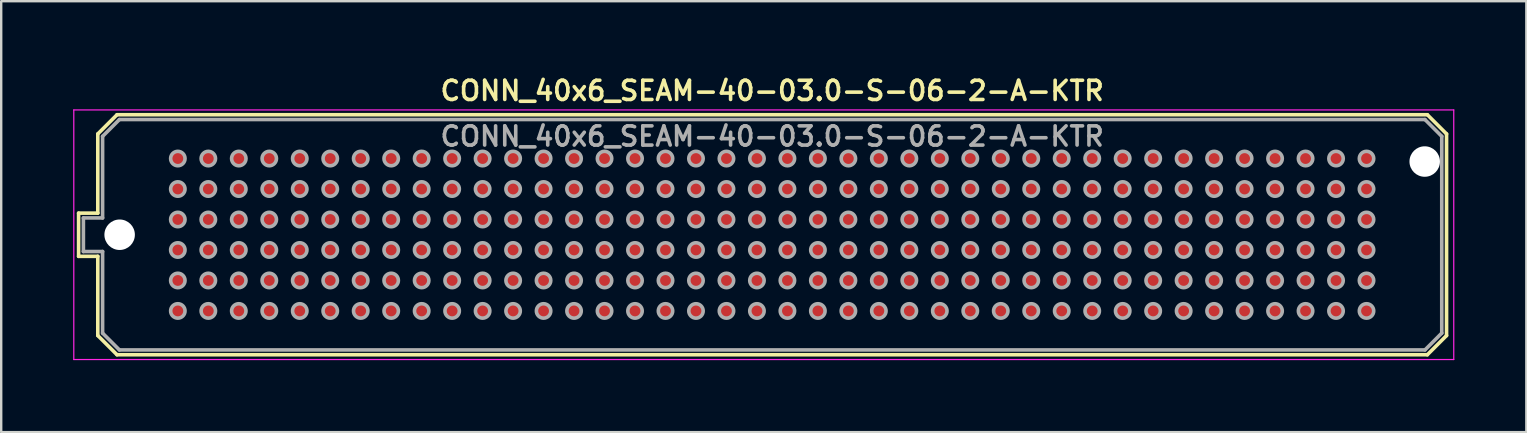
<source format=kicad_pcb>
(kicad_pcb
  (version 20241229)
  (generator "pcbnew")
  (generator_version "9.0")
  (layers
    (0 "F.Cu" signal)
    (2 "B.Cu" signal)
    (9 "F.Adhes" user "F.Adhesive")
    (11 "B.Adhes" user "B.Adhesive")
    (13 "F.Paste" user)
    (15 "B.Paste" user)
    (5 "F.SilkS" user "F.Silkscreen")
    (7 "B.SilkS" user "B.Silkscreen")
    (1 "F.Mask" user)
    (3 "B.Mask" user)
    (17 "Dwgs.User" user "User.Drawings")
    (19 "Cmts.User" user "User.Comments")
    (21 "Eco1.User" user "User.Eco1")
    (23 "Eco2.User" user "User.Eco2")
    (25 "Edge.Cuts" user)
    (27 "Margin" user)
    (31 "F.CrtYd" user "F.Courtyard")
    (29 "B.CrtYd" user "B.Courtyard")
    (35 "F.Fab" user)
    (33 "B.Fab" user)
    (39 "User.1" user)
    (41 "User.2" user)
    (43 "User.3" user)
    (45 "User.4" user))
  (footprint "CONN_40x6_SEAM-40-03.0-S-06-2-A-KTR"
    (layer "F.Cu")
    (at 29.125 6.731)
    (property "Reference" "CONN_40x6_SEAM-40-03.0-S-06-2-A-KTR" (at 0 -6 0) (layer "F.SilkS") (effects (font (size 0.8 0.8) (thickness 0.15))))
    (attr through_hole)
    (fp_line (start -28.9 -0.9) (end -28.9 0.9) (stroke (width 0.15) (type solid)) (layer "F.SilkS"))
    (fp_line (start -28.9 0.9) (end -28.1 0.9) (stroke (width 0.15) (type solid)) (layer "F.SilkS"))
    (fp_line (start -28.1 -4.2) (end -28.1 -0.9) (stroke (width 0.15) (type solid)) (layer "F.SilkS"))
    (fp_line (start -28.1 -4.2) (end -27.3 -5) (stroke (width 0.15) (type solid)) (layer "F.SilkS"))
    (fp_line (start -28.1 -0.9) (end -28.9 -0.9) (stroke (width 0.15) (type solid)) (layer "F.SilkS"))
    (fp_line (start -28.1 0.9) (end -28.1 4.2) (stroke (width 0.15) (type solid)) (layer "F.SilkS"))
    (fp_line (start -28.1 4.2) (end -27.3 5) (stroke (width 0.15) (type solid)) (layer "F.SilkS"))
    (fp_line (start -27.3 -5) (end 27.3 -5) (stroke (width 0.15) (type solid)) (layer "F.SilkS"))
    (fp_line (start -27.3 5) (end 27.3 5) (stroke (width 0.15) (type solid)) (layer "F.SilkS"))
    (fp_line (start 27.3 -5) (end 28.1 -4.2) (stroke (width 0.15) (type solid)) (layer "F.SilkS"))
    (fp_line (start 27.3 5) (end 28.1 4.2) (stroke (width 0.15) (type solid)) (layer "F.SilkS"))
    (fp_line (start 28.1 4.2) (end 28.1 -4.2) (stroke (width 0.15) (type solid)) (layer "F.SilkS"))
    (fp_line (start -29.1 -5.2) (end -29.1 5.2) (stroke (width 0.05) (type solid)) (layer "F.CrtYd"))
    (fp_line (start -29.1 -5.2) (end 28.4 -5.2) (stroke (width 0.05) (type solid)) (layer "F.CrtYd"))
    (fp_line (start -29.1 5.2) (end 28.4 5.2) (stroke (width 0.05) (type solid)) (layer "F.CrtYd"))
    (fp_line (start 28.4 -5.2) (end 28.4 5.2) (stroke (width 0.05) (type solid)) (layer "F.CrtYd"))
    (fp_line (start -28.7 -0.7) (end -27.9 -0.7) (stroke (width 0.15) (type solid)) (layer "F.Fab"))
    (fp_line (start -28.7 0.7) (end -28.7 -0.7) (stroke (width 0.15) (type solid)) (layer "F.Fab"))
    (fp_line (start -27.9 -4.1) (end -27.2 -4.8) (stroke (width 0.15) (type solid)) (layer "F.Fab"))
    (fp_line (start -27.9 -0.7) (end -27.9 -4.1) (stroke (width 0.15) (type solid)) (layer "F.Fab"))
    (fp_line (start -27.9 0.7) (end -28.7 0.7) (stroke (width 0.15) (type solid)) (layer "F.Fab"))
    (fp_line (start -27.9 4.1) (end -27.9 0.7) (stroke (width 0.15) (type solid)) (layer "F.Fab"))
    (fp_line (start -27.2 -4.8) (end 27.2 -4.8) (stroke (width 0.15) (type solid)) (layer "F.Fab"))
    (fp_line (start -27.2 4.8) (end -27.9 4.1) (stroke (width 0.15) (type solid)) (layer "F.Fab"))
    (fp_line (start 27.2 -4.8) (end 27.9 -4.1) (stroke (width 0.15) (type solid)) (layer "F.Fab"))
    (fp_line (start 27.2 4.8) (end -27.2 4.8) (stroke (width 0.15) (type solid)) (layer "F.Fab"))
    (fp_line (start 27.9 -4.1) (end 27.9 4.1) (stroke (width 0.15) (type solid)) (layer "F.Fab"))
    (fp_line (start 27.9 4.1) (end 27.2 4.8) (stroke (width 0.15) (type solid)) (layer "F.Fab"))
    (fp_circle (center -24.765 -3.175) (end -24.465 -3.175) (stroke (width 0.15) (type solid)) (fill no) (layer "F.Fab"))
    (fp_circle (center -24.765 -1.905) (end -24.465 -1.905) (stroke (width 0.15) (type solid)) (fill no) (layer "F.Fab"))
    (fp_circle (center -24.765 -0.635) (end -24.465 -0.635) (stroke (width 0.15) (type solid)) (fill no) (layer "F.Fab"))
    (fp_circle (center -24.765 0.635) (end -24.465 0.635) (stroke (width 0.15) (type solid)) (fill no) (layer "F.Fab"))
    (fp_circle (center -24.765 1.905) (end -24.465 1.905) (stroke (width 0.15) (type solid)) (fill no) (layer "F.Fab"))
    (fp_circle (center -24.765 3.175) (end -24.465 3.175) (stroke (width 0.15) (type solid)) (fill no) (layer "F.Fab"))
    (fp_circle (center -23.495 -3.175) (end -23.195 -3.175) (stroke (width 0.15) (type solid)) (fill no) (layer "F.Fab"))
    (fp_circle (center -23.495 -1.905) (end -23.195 -1.905) (stroke (width 0.15) (type solid)) (fill no) (layer "F.Fab"))
    (fp_circle (center -23.495 -0.635) (end -23.195 -0.635) (stroke (width 0.15) (type solid)) (fill no) (layer "F.Fab"))
    (fp_circle (center -23.495 0.635) (end -23.195 0.635) (stroke (width 0.15) (type solid)) (fill no) (layer "F.Fab"))
    (fp_circle (center -23.495 1.905) (end -23.195 1.905) (stroke (width 0.15) (type solid)) (fill no) (layer "F.Fab"))
    (fp_circle (center -23.495 3.175) (end -23.195 3.175) (stroke (width 0.15) (type solid)) (fill no) (layer "F.Fab"))
    (fp_circle (center -22.225 -3.175) (end -21.925 -3.175) (stroke (width 0.15) (type solid)) (fill no) (layer "F.Fab"))
    (fp_circle (center -22.225 -1.905) (end -21.925 -1.905) (stroke (width 0.15) (type solid)) (fill no) (layer "F.Fab"))
    (fp_circle (center -22.225 -0.635) (end -21.925 -0.635) (stroke (width 0.15) (type solid)) (fill no) (layer "F.Fab"))
    (fp_circle (center -22.225 0.635) (end -21.925 0.635) (stroke (width 0.15) (type solid)) (fill no) (layer "F.Fab"))
    (fp_circle (center -22.225 1.905) (end -21.925 1.905) (stroke (width 0.15) (type solid)) (fill no) (layer "F.Fab"))
    (fp_circle (center -22.225 3.175) (end -21.925 3.175) (stroke (width 0.15) (type solid)) (fill no) (layer "F.Fab"))
    (fp_circle (center -20.955 -3.175) (end -20.655 -3.175) (stroke (width 0.15) (type solid)) (fill no) (layer "F.Fab"))
    (fp_circle (center -20.955 -1.905) (end -20.655 -1.905) (stroke (width 0.15) (type solid)) (fill no) (layer "F.Fab"))
    (fp_circle (center -20.955 -0.635) (end -20.655 -0.635) (stroke (width 0.15) (type solid)) (fill no) (layer "F.Fab"))
    (fp_circle (center -20.955 0.635) (end -20.655 0.635) (stroke (width 0.15) (type solid)) (fill no) (layer "F.Fab"))
    (fp_circle (center -20.955 1.905) (end -20.655 1.905) (stroke (width 0.15) (type solid)) (fill no) (layer "F.Fab"))
    (fp_circle (center -20.955 3.175) (end -20.655 3.175) (stroke (width 0.15) (type solid)) (fill no) (layer "F.Fab"))
    (fp_circle (center -19.685 -3.175) (end -19.385 -3.175) (stroke (width 0.15) (type solid)) (fill no) (layer "F.Fab"))
    (fp_circle (center -19.685 -1.905) (end -19.385 -1.905) (stroke (width 0.15) (type solid)) (fill no) (layer "F.Fab"))
    (fp_circle (center -19.685 -0.635) (end -19.385 -0.635) (stroke (width 0.15) (type solid)) (fill no) (layer "F.Fab"))
    (fp_circle (center -19.685 0.635) (end -19.385 0.635) (stroke (width 0.15) (type solid)) (fill no) (layer "F.Fab"))
    (fp_circle (center -19.685 1.905) (end -19.385 1.905) (stroke (width 0.15) (type solid)) (fill no) (layer "F.Fab"))
    (fp_circle (center -19.685 3.175) (end -19.385 3.175) (stroke (width 0.15) (type solid)) (fill no) (layer "F.Fab"))
    (fp_circle (center -18.415 -3.175) (end -18.115 -3.175) (stroke (width 0.15) (type solid)) (fill no) (layer "F.Fab"))
    (fp_circle (center -18.415 -1.905) (end -18.115 -1.905) (stroke (width 0.15) (type solid)) (fill no) (layer "F.Fab"))
    (fp_circle (center -18.415 -0.635) (end -18.115 -0.635) (stroke (width 0.15) (type solid)) (fill no) (layer "F.Fab"))
    (fp_circle (center -18.415 0.635) (end -18.115 0.635) (stroke (width 0.15) (type solid)) (fill no) (layer "F.Fab"))
    (fp_circle (center -18.415 1.905) (end -18.115 1.905) (stroke (width 0.15) (type solid)) (fill no) (layer "F.Fab"))
    (fp_circle (center -18.415 3.175) (end -18.115 3.175) (stroke (width 0.15) (type solid)) (fill no) (layer "F.Fab"))
    (fp_circle (center -17.145 -3.175) (end -16.845 -3.175) (stroke (width 0.15) (type solid)) (fill no) (layer "F.Fab"))
    (fp_circle (center -17.145 -1.905) (end -16.845 -1.905) (stroke (width 0.15) (type solid)) (fill no) (layer "F.Fab"))
    (fp_circle (center -17.145 -0.635) (end -16.845 -0.635) (stroke (width 0.15) (type solid)) (fill no) (layer "F.Fab"))
    (fp_circle (center -17.145 0.635) (end -16.845 0.635) (stroke (width 0.15) (type solid)) (fill no) (layer "F.Fab"))
    (fp_circle (center -17.145 1.905) (end -16.845 1.905) (stroke (width 0.15) (type solid)) (fill no) (layer "F.Fab"))
    (fp_circle (center -17.145 3.175) (end -16.845 3.175) (stroke (width 0.15) (type solid)) (fill no) (layer "F.Fab"))
    (fp_circle (center -15.875 -3.175) (end -15.575 -3.175) (stroke (width 0.15) (type solid)) (fill no) (layer "F.Fab"))
    (fp_circle (center -15.875 -1.905) (end -15.575 -1.905) (stroke (width 0.15) (type solid)) (fill no) (layer "F.Fab"))
    (fp_circle (center -15.875 -0.635) (end -15.575 -0.635) (stroke (width 0.15) (type solid)) (fill no) (layer "F.Fab"))
    (fp_circle (center -15.875 0.635) (end -15.575 0.635) (stroke (width 0.15) (type solid)) (fill no) (layer "F.Fab"))
    (fp_circle (center -15.875 1.905) (end -15.575 1.905) (stroke (width 0.15) (type solid)) (fill no) (layer "F.Fab"))
    (fp_circle (center -15.875 3.175) (end -15.575 3.175) (stroke (width 0.15) (type solid)) (fill no) (layer "F.Fab"))
    (fp_circle (center -14.605 -3.175) (end -14.305 -3.175) (stroke (width 0.15) (type solid)) (fill no) (layer "F.Fab"))
    (fp_circle (center -14.605 -1.905) (end -14.305 -1.905) (stroke (width 0.15) (type solid)) (fill no) (layer "F.Fab"))
    (fp_circle (center -14.605 -0.635) (end -14.305 -0.635) (stroke (width 0.15) (type solid)) (fill no) (layer "F.Fab"))
    (fp_circle (center -14.605 0.635) (end -14.305 0.635) (stroke (width 0.15) (type solid)) (fill no) (layer "F.Fab"))
    (fp_circle (center -14.605 1.905) (end -14.305 1.905) (stroke (width 0.15) (type solid)) (fill no) (layer "F.Fab"))
    (fp_circle (center -14.605 3.175) (end -14.305 3.175) (stroke (width 0.15) (type solid)) (fill no) (layer "F.Fab"))
    (fp_circle (center -13.335 -3.175) (end -13.035 -3.175) (stroke (width 0.15) (type solid)) (fill no) (layer "F.Fab"))
    (fp_circle (center -13.335 -1.905) (end -13.035 -1.905) (stroke (width 0.15) (type solid)) (fill no) (layer "F.Fab"))
    (fp_circle (center -13.335 -0.635) (end -13.035 -0.635) (stroke (width 0.15) (type solid)) (fill no) (layer "F.Fab"))
    (fp_circle (center -13.335 0.635) (end -13.035 0.635) (stroke (width 0.15) (type solid)) (fill no) (layer "F.Fab"))
    (fp_circle (center -13.335 1.905) (end -13.035 1.905) (stroke (width 0.15) (type solid)) (fill no) (layer "F.Fab"))
    (fp_circle (center -13.335 3.175) (end -13.035 3.175) (stroke (width 0.15) (type solid)) (fill no) (layer "F.Fab"))
    (fp_circle (center -12.065 -3.175) (end -11.765 -3.175) (stroke (width 0.15) (type solid)) (fill no) (layer "F.Fab"))
    (fp_circle (center -12.065 -1.905) (end -11.765 -1.905) (stroke (width 0.15) (type solid)) (fill no) (layer "F.Fab"))
    (fp_circle (center -12.065 -0.635) (end -11.765 -0.635) (stroke (width 0.15) (type solid)) (fill no) (layer "F.Fab"))
    (fp_circle (center -12.065 0.635) (end -11.765 0.635) (stroke (width 0.15) (type solid)) (fill no) (layer "F.Fab"))
    (fp_circle (center -12.065 1.905) (end -11.765 1.905) (stroke (width 0.15) (type solid)) (fill no) (layer "F.Fab"))
    (fp_circle (center -12.065 3.175) (end -11.765 3.175) (stroke (width 0.15) (type solid)) (fill no) (layer "F.Fab"))
    (fp_circle (center -10.795 -3.175) (end -10.495 -3.175) (stroke (width 0.15) (type solid)) (fill no) (layer "F.Fab"))
    (fp_circle (center -10.795 -1.905) (end -10.495 -1.905) (stroke (width 0.15) (type solid)) (fill no) (layer "F.Fab"))
    (fp_circle (center -10.795 -0.635) (end -10.495 -0.635) (stroke (width 0.15) (type solid)) (fill no) (layer "F.Fab"))
    (fp_circle (center -10.795 0.635) (end -10.495 0.635) (stroke (width 0.15) (type solid)) (fill no) (layer "F.Fab"))
    (fp_circle (center -10.795 1.905) (end -10.495 1.905) (stroke (width 0.15) (type solid)) (fill no) (layer "F.Fab"))
    (fp_circle (center -10.795 3.175) (end -10.495 3.175) (stroke (width 0.15) (type solid)) (fill no) (layer "F.Fab"))
    (fp_circle (center -9.525 -3.175) (end -9.225 -3.175) (stroke (width 0.15) (type solid)) (fill no) (layer "F.Fab"))
    (fp_circle (center -9.525 -1.905) (end -9.225 -1.905) (stroke (width 0.15) (type solid)) (fill no) (layer "F.Fab"))
    (fp_circle (center -9.525 -0.635) (end -9.225 -0.635) (stroke (width 0.15) (type solid)) (fill no) (layer "F.Fab"))
    (fp_circle (center -9.525 0.635) (end -9.225 0.635) (stroke (width 0.15) (type solid)) (fill no) (layer "F.Fab"))
    (fp_circle (center -9.525 1.905) (end -9.225 1.905) (stroke (width 0.15) (type solid)) (fill no) (layer "F.Fab"))
    (fp_circle (center -9.525 3.175) (end -9.225 3.175) (stroke (width 0.15) (type solid)) (fill no) (layer "F.Fab"))
    (fp_circle (center -8.255 -3.175) (end -7.955 -3.175) (stroke (width 0.15) (type solid)) (fill no) (layer "F.Fab"))
    (fp_circle (center -8.255 -1.905) (end -7.955 -1.905) (stroke (width 0.15) (type solid)) (fill no) (layer "F.Fab"))
    (fp_circle (center -8.255 -0.635) (end -7.955 -0.635) (stroke (width 0.15) (type solid)) (fill no) (layer "F.Fab"))
    (fp_circle (center -8.255 0.635) (end -7.955 0.635) (stroke (width 0.15) (type solid)) (fill no) (layer "F.Fab"))
    (fp_circle (center -8.255 1.905) (end -7.955 1.905) (stroke (width 0.15) (type solid)) (fill no) (layer "F.Fab"))
    (fp_circle (center -8.255 3.175) (end -7.955 3.175) (stroke (width 0.15) (type solid)) (fill no) (layer "F.Fab"))
    (fp_circle (center -6.985 -3.175) (end -6.685 -3.175) (stroke (width 0.15) (type solid)) (fill no) (layer "F.Fab"))
    (fp_circle (center -6.985 -1.905) (end -6.685 -1.905) (stroke (width 0.15) (type solid)) (fill no) (layer "F.Fab"))
    (fp_circle (center -6.985 -0.635) (end -6.685 -0.635) (stroke (width 0.15) (type solid)) (fill no) (layer "F.Fab"))
    (fp_circle (center -6.985 0.635) (end -6.685 0.635) (stroke (width 0.15) (type solid)) (fill no) (layer "F.Fab"))
    (fp_circle (center -6.985 1.905) (end -6.685 1.905) (stroke (width 0.15) (type solid)) (fill no) (layer "F.Fab"))
    (fp_circle (center -6.985 3.175) (end -6.685 3.175) (stroke (width 0.15) (type solid)) (fill no) (layer "F.Fab"))
    (fp_circle (center -5.715 -3.175) (end -5.415 -3.175) (stroke (width 0.15) (type solid)) (fill no) (layer "F.Fab"))
    (fp_circle (center -5.715 -1.905) (end -5.415 -1.905) (stroke (width 0.15) (type solid)) (fill no) (layer "F.Fab"))
    (fp_circle (center -5.715 -0.635) (end -5.415 -0.635) (stroke (width 0.15) (type solid)) (fill no) (layer "F.Fab"))
    (fp_circle (center -5.715 0.635) (end -5.415 0.635) (stroke (width 0.15) (type solid)) (fill no) (layer "F.Fab"))
    (fp_circle (center -5.715 1.905) (end -5.415 1.905) (stroke (width 0.15) (type solid)) (fill no) (layer "F.Fab"))
    (fp_circle (center -5.715 3.175) (end -5.415 3.175) (stroke (width 0.15) (type solid)) (fill no) (layer "F.Fab"))
    (fp_circle (center -4.445 -3.175) (end -4.145 -3.175) (stroke (width 0.15) (type solid)) (fill no) (layer "F.Fab"))
    (fp_circle (center -4.445 -1.905) (end -4.145 -1.905) (stroke (width 0.15) (type solid)) (fill no) (layer "F.Fab"))
    (fp_circle (center -4.445 -0.635) (end -4.145 -0.635) (stroke (width 0.15) (type solid)) (fill no) (layer "F.Fab"))
    (fp_circle (center -4.445 0.635) (end -4.145 0.635) (stroke (width 0.15) (type solid)) (fill no) (layer "F.Fab"))
    (fp_circle (center -4.445 1.905) (end -4.145 1.905) (stroke (width 0.15) (type solid)) (fill no) (layer "F.Fab"))
    (fp_circle (center -4.445 3.175) (end -4.145 3.175) (stroke (width 0.15) (type solid)) (fill no) (layer "F.Fab"))
    (fp_circle (center -3.175 -3.175) (end -2.875 -3.175) (stroke (width 0.15) (type solid)) (fill no) (layer "F.Fab"))
    (fp_circle (center -3.175 -1.905) (end -2.875 -1.905) (stroke (width 0.15) (type solid)) (fill no) (layer "F.Fab"))
    (fp_circle (center -3.175 -0.635) (end -2.875 -0.635) (stroke (width 0.15) (type solid)) (fill no) (layer "F.Fab"))
    (fp_circle (center -3.175 0.635) (end -2.875 0.635) (stroke (width 0.15) (type solid)) (fill no) (layer "F.Fab"))
    (fp_circle (center -3.175 1.905) (end -2.875 1.905) (stroke (width 0.15) (type solid)) (fill no) (layer "F.Fab"))
    (fp_circle (center -3.175 3.175) (end -2.875 3.175) (stroke (width 0.15) (type solid)) (fill no) (layer "F.Fab"))
    (fp_circle (center -1.905 -3.175) (end -1.605 -3.175) (stroke (width 0.15) (type solid)) (fill no) (layer "F.Fab"))
    (fp_circle (center -1.905 -1.905) (end -1.605 -1.905) (stroke (width 0.15) (type solid)) (fill no) (layer "F.Fab"))
    (fp_circle (center -1.905 -0.635) (end -1.605 -0.635) (stroke (width 0.15) (type solid)) (fill no) (layer "F.Fab"))
    (fp_circle (center -1.905 0.635) (end -1.605 0.635) (stroke (width 0.15) (type solid)) (fill no) (layer "F.Fab"))
    (fp_circle (center -1.905 1.905) (end -1.605 1.905) (stroke (width 0.15) (type solid)) (fill no) (layer "F.Fab"))
    (fp_circle (center -1.905 3.175) (end -1.605 3.175) (stroke (width 0.15) (type solid)) (fill no) (layer "F.Fab"))
    (fp_circle (center -0.635 -3.175) (end -0.335 -3.175) (stroke (width 0.15) (type solid)) (fill no) (layer "F.Fab"))
    (fp_circle (center -0.635 -1.905) (end -0.335 -1.905) (stroke (width 0.15) (type solid)) (fill no) (layer "F.Fab"))
    (fp_circle (center -0.635 -0.635) (end -0.335 -0.635) (stroke (width 0.15) (type solid)) (fill no) (layer "F.Fab"))
    (fp_circle (center -0.635 0.635) (end -0.335 0.635) (stroke (width 0.15) (type solid)) (fill no) (layer "F.Fab"))
    (fp_circle (center -0.635 1.905) (end -0.335 1.905) (stroke (width 0.15) (type solid)) (fill no) (layer "F.Fab"))
    (fp_circle (center -0.635 3.175) (end -0.335 3.175) (stroke (width 0.15) (type solid)) (fill no) (layer "F.Fab"))
    (fp_circle (center 0.635 -3.175) (end 0.935 -3.175) (stroke (width 0.15) (type solid)) (fill no) (layer "F.Fab"))
    (fp_circle (center 0.635 -1.905) (end 0.935 -1.905) (stroke (width 0.15) (type solid)) (fill no) (layer "F.Fab"))
    (fp_circle (center 0.635 -0.635) (end 0.935 -0.635) (stroke (width 0.15) (type solid)) (fill no) (layer "F.Fab"))
    (fp_circle (center 0.635 0.635) (end 0.935 0.635) (stroke (width 0.15) (type solid)) (fill no) (layer "F.Fab"))
    (fp_circle (center 0.635 1.905) (end 0.935 1.905) (stroke (width 0.15) (type solid)) (fill no) (layer "F.Fab"))
    (fp_circle (center 0.635 3.175) (end 0.935 3.175) (stroke (width 0.15) (type solid)) (fill no) (layer "F.Fab"))
    (fp_circle (center 1.905 -3.175) (end 2.205 -3.175) (stroke (width 0.15) (type solid)) (fill no) (layer "F.Fab"))
    (fp_circle (center 1.905 -1.905) (end 2.205 -1.905) (stroke (width 0.15) (type solid)) (fill no) (layer "F.Fab"))
    (fp_circle (center 1.905 -0.635) (end 2.205 -0.635) (stroke (width 0.15) (type solid)) (fill no) (layer "F.Fab"))
    (fp_circle (center 1.905 0.635) (end 2.205 0.635) (stroke (width 0.15) (type solid)) (fill no) (layer "F.Fab"))
    (fp_circle (center 1.905 1.905) (end 2.205 1.905) (stroke (width 0.15) (type solid)) (fill no) (layer "F.Fab"))
    (fp_circle (center 1.905 3.175) (end 2.205 3.175) (stroke (width 0.15) (type solid)) (fill no) (layer "F.Fab"))
    (fp_circle (center 3.175 -3.175) (end 3.475 -3.175) (stroke (width 0.15) (type solid)) (fill no) (layer "F.Fab"))
    (fp_circle (center 3.175 -1.905) (end 3.475 -1.905) (stroke (width 0.15) (type solid)) (fill no) (layer "F.Fab"))
    (fp_circle (center 3.175 -0.635) (end 3.475 -0.635) (stroke (width 0.15) (type solid)) (fill no) (layer "F.Fab"))
    (fp_circle (center 3.175 0.635) (end 3.475 0.635) (stroke (width 0.15) (type solid)) (fill no) (layer "F.Fab"))
    (fp_circle (center 3.175 1.905) (end 3.475 1.905) (stroke (width 0.15) (type solid)) (fill no) (layer "F.Fab"))
    (fp_circle (center 3.175 3.175) (end 3.475 3.175) (stroke (width 0.15) (type solid)) (fill no) (layer "F.Fab"))
    (fp_circle (center 4.445 -3.175) (end 4.745 -3.175) (stroke (width 0.15) (type solid)) (fill no) (layer "F.Fab"))
    (fp_circle (center 4.445 -1.905) (end 4.745 -1.905) (stroke (width 0.15) (type solid)) (fill no) (layer "F.Fab"))
    (fp_circle (center 4.445 -0.635) (end 4.745 -0.635) (stroke (width 0.15) (type solid)) (fill no) (layer "F.Fab"))
    (fp_circle (center 4.445 0.635) (end 4.745 0.635) (stroke (width 0.15) (type solid)) (fill no) (layer "F.Fab"))
    (fp_circle (center 4.445 1.905) (end 4.745 1.905) (stroke (width 0.15) (type solid)) (fill no) (layer "F.Fab"))
    (fp_circle (center 4.445 3.175) (end 4.745 3.175) (stroke (width 0.15) (type solid)) (fill no) (layer "F.Fab"))
    (fp_circle (center 5.715 -3.175) (end 6.015 -3.175) (stroke (width 0.15) (type solid)) (fill no) (layer "F.Fab"))
    (fp_circle (center 5.715 -1.905) (end 6.015 -1.905) (stroke (width 0.15) (type solid)) (fill no) (layer "F.Fab"))
    (fp_circle (center 5.715 -0.635) (end 6.015 -0.635) (stroke (width 0.15) (type solid)) (fill no) (layer "F.Fab"))
    (fp_circle (center 5.715 0.635) (end 6.015 0.635) (stroke (width 0.15) (type solid)) (fill no) (layer "F.Fab"))
    (fp_circle (center 5.715 1.905) (end 6.015 1.905) (stroke (width 0.15) (type solid)) (fill no) (layer "F.Fab"))
    (fp_circle (center 5.715 3.175) (end 6.015 3.175) (stroke (width 0.15) (type solid)) (fill no) (layer "F.Fab"))
    (fp_circle (center 6.985 -3.175) (end 7.285 -3.175) (stroke (width 0.15) (type solid)) (fill no) (layer "F.Fab"))
    (fp_circle (center 6.985 -1.905) (end 7.285 -1.905) (stroke (width 0.15) (type solid)) (fill no) (layer "F.Fab"))
    (fp_circle (center 6.985 -0.635) (end 7.285 -0.635) (stroke (width 0.15) (type solid)) (fill no) (layer "F.Fab"))
    (fp_circle (center 6.985 0.635) (end 7.285 0.635) (stroke (width 0.15) (type solid)) (fill no) (layer "F.Fab"))
    (fp_circle (center 6.985 1.905) (end 7.285 1.905) (stroke (width 0.15) (type solid)) (fill no) (layer "F.Fab"))
    (fp_circle (center 6.985 3.175) (end 7.285 3.175) (stroke (width 0.15) (type solid)) (fill no) (layer "F.Fab"))
    (fp_circle (center 8.255 -3.175) (end 8.555 -3.175) (stroke (width 0.15) (type solid)) (fill no) (layer "F.Fab"))
    (fp_circle (center 8.255 -1.905) (end 8.555 -1.905) (stroke (width 0.15) (type solid)) (fill no) (layer "F.Fab"))
    (fp_circle (center 8.255 -0.635) (end 8.555 -0.635) (stroke (width 0.15) (type solid)) (fill no) (layer "F.Fab"))
    (fp_circle (center 8.255 0.635) (end 8.555 0.635) (stroke (width 0.15) (type solid)) (fill no) (layer "F.Fab"))
    (fp_circle (center 8.255 1.905) (end 8.555 1.905) (stroke (width 0.15) (type solid)) (fill no) (layer "F.Fab"))
    (fp_circle (center 8.255 3.175) (end 8.555 3.175) (stroke (width 0.15) (type solid)) (fill no) (layer "F.Fab"))
    (fp_circle (center 9.525 -3.175) (end 9.825 -3.175) (stroke (width 0.15) (type solid)) (fill no) (layer "F.Fab"))
    (fp_circle (center 9.525 -1.905) (end 9.825 -1.905) (stroke (width 0.15) (type solid)) (fill no) (layer "F.Fab"))
    (fp_circle (center 9.525 -0.635) (end 9.825 -0.635) (stroke (width 0.15) (type solid)) (fill no) (layer "F.Fab"))
    (fp_circle (center 9.525 0.635) (end 9.825 0.635) (stroke (width 0.15) (type solid)) (fill no) (layer "F.Fab"))
    (fp_circle (center 9.525 1.905) (end 9.825 1.905) (stroke (width 0.15) (type solid)) (fill no) (layer "F.Fab"))
    (fp_circle (center 9.525 3.175) (end 9.825 3.175) (stroke (width 0.15) (type solid)) (fill no) (layer "F.Fab"))
    (fp_circle (center 10.795 -3.175) (end 11.095 -3.175) (stroke (width 0.15) (type solid)) (fill no) (layer "F.Fab"))
    (fp_circle (center 10.795 -1.905) (end 11.095 -1.905) (stroke (width 0.15) (type solid)) (fill no) (layer "F.Fab"))
    (fp_circle (center 10.795 -0.635) (end 11.095 -0.635) (stroke (width 0.15) (type solid)) (fill no) (layer "F.Fab"))
    (fp_circle (center 10.795 0.635) (end 11.095 0.635) (stroke (width 0.15) (type solid)) (fill no) (layer "F.Fab"))
    (fp_circle (center 10.795 1.905) (end 11.095 1.905) (stroke (width 0.15) (type solid)) (fill no) (layer "F.Fab"))
    (fp_circle (center 10.795 3.175) (end 11.095 3.175) (stroke (width 0.15) (type solid)) (fill no) (layer "F.Fab"))
    (fp_circle (center 12.065 -3.175) (end 12.365 -3.175) (stroke (width 0.15) (type solid)) (fill no) (layer "F.Fab"))
    (fp_circle (center 12.065 -1.905) (end 12.365 -1.905) (stroke (width 0.15) (type solid)) (fill no) (layer "F.Fab"))
    (fp_circle (center 12.065 -0.635) (end 12.365 -0.635) (stroke (width 0.15) (type solid)) (fill no) (layer "F.Fab"))
    (fp_circle (center 12.065 0.635) (end 12.365 0.635) (stroke (width 0.15) (type solid)) (fill no) (layer "F.Fab"))
    (fp_circle (center 12.065 1.905) (end 12.365 1.905) (stroke (width 0.15) (type solid)) (fill no) (layer "F.Fab"))
    (fp_circle (center 12.065 3.175) (end 12.365 3.175) (stroke (width 0.15) (type solid)) (fill no) (layer "F.Fab"))
    (fp_circle (center 13.335 -3.175) (end 13.635 -3.175) (stroke (width 0.15) (type solid)) (fill no) (layer "F.Fab"))
    (fp_circle (center 13.335 -1.905) (end 13.635 -1.905) (stroke (width 0.15) (type solid)) (fill no) (layer "F.Fab"))
    (fp_circle (center 13.335 -0.635) (end 13.635 -0.635) (stroke (width 0.15) (type solid)) (fill no) (layer "F.Fab"))
    (fp_circle (center 13.335 0.635) (end 13.635 0.635) (stroke (width 0.15) (type solid)) (fill no) (layer "F.Fab"))
    (fp_circle (center 13.335 1.905) (end 13.635 1.905) (stroke (width 0.15) (type solid)) (fill no) (layer "F.Fab"))
    (fp_circle (center 13.335 3.175) (end 13.635 3.175) (stroke (width 0.15) (type solid)) (fill no) (layer "F.Fab"))
    (fp_circle (center 14.605 -3.175) (end 14.905 -3.175) (stroke (width 0.15) (type solid)) (fill no) (layer "F.Fab"))
    (fp_circle (center 14.605 -1.905) (end 14.905 -1.905) (stroke (width 0.15) (type solid)) (fill no) (layer "F.Fab"))
    (fp_circle (center 14.605 -0.635) (end 14.905 -0.635) (stroke (width 0.15) (type solid)) (fill no) (layer "F.Fab"))
    (fp_circle (center 14.605 0.635) (end 14.905 0.635) (stroke (width 0.15) (type solid)) (fill no) (layer "F.Fab"))
    (fp_circle (center 14.605 1.905) (end 14.905 1.905) (stroke (width 0.15) (type solid)) (fill no) (layer "F.Fab"))
    (fp_circle (center 14.605 3.175) (end 14.905 3.175) (stroke (width 0.15) (type solid)) (fill no) (layer "F.Fab"))
    (fp_circle (center 15.875 -3.175) (end 16.175 -3.175) (stroke (width 0.15) (type solid)) (fill no) (layer "F.Fab"))
    (fp_circle (center 15.875 -1.905) (end 16.175 -1.905) (stroke (width 0.15) (type solid)) (fill no) (layer "F.Fab"))
    (fp_circle (center 15.875 -0.635) (end 16.175 -0.635) (stroke (width 0.15) (type solid)) (fill no) (layer "F.Fab"))
    (fp_circle (center 15.875 0.635) (end 16.175 0.635) (stroke (width 0.15) (type solid)) (fill no) (layer "F.Fab"))
    (fp_circle (center 15.875 1.905) (end 16.175 1.905) (stroke (width 0.15) (type solid)) (fill no) (layer "F.Fab"))
    (fp_circle (center 15.875 3.175) (end 16.175 3.175) (stroke (width 0.15) (type solid)) (fill no) (layer "F.Fab"))
    (fp_circle (center 17.145 -3.175) (end 17.445 -3.175) (stroke (width 0.15) (type solid)) (fill no) (layer "F.Fab"))
    (fp_circle (center 17.145 -1.905) (end 17.445 -1.905) (stroke (width 0.15) (type solid)) (fill no) (layer "F.Fab"))
    (fp_circle (center 17.145 -0.635) (end 17.445 -0.635) (stroke (width 0.15) (type solid)) (fill no) (layer "F.Fab"))
    (fp_circle (center 17.145 0.635) (end 17.445 0.635) (stroke (width 0.15) (type solid)) (fill no) (layer "F.Fab"))
    (fp_circle (center 17.145 1.905) (end 17.445 1.905) (stroke (width 0.15) (type solid)) (fill no) (layer "F.Fab"))
    (fp_circle (center 17.145 3.175) (end 17.445 3.175) (stroke (width 0.15) (type solid)) (fill no) (layer "F.Fab"))
    (fp_circle (center 18.415 -3.175) (end 18.715 -3.175) (stroke (width 0.15) (type solid)) (fill no) (layer "F.Fab"))
    (fp_circle (center 18.415 -1.905) (end 18.715 -1.905) (stroke (width 0.15) (type solid)) (fill no) (layer "F.Fab"))
    (fp_circle (center 18.415 -0.635) (end 18.715 -0.635) (stroke (width 0.15) (type solid)) (fill no) (layer "F.Fab"))
    (fp_circle (center 18.415 0.635) (end 18.715 0.635) (stroke (width 0.15) (type solid)) (fill no) (layer "F.Fab"))
    (fp_circle (center 18.415 1.905) (end 18.715 1.905) (stroke (width 0.15) (type solid)) (fill no) (layer "F.Fab"))
    (fp_circle (center 18.415 3.175) (end 18.715 3.175) (stroke (width 0.15) (type solid)) (fill no) (layer "F.Fab"))
    (fp_circle (center 19.685 -3.175) (end 19.985 -3.175) (stroke (width 0.15) (type solid)) (fill no) (layer "F.Fab"))
    (fp_circle (center 19.685 -1.905) (end 19.985 -1.905) (stroke (width 0.15) (type solid)) (fill no) (layer "F.Fab"))
    (fp_circle (center 19.685 -0.635) (end 19.985 -0.635) (stroke (width 0.15) (type solid)) (fill no) (layer "F.Fab"))
    (fp_circle (center 19.685 0.635) (end 19.985 0.635) (stroke (width 0.15) (type solid)) (fill no) (layer "F.Fab"))
    (fp_circle (center 19.685 1.905) (end 19.985 1.905) (stroke (width 0.15) (type solid)) (fill no) (layer "F.Fab"))
    (fp_circle (center 19.685 3.175) (end 19.985 3.175) (stroke (width 0.15) (type solid)) (fill no) (layer "F.Fab"))
    (fp_circle (center 20.955 -3.175) (end 21.255 -3.175) (stroke (width 0.15) (type solid)) (fill no) (layer "F.Fab"))
    (fp_circle (center 20.955 -1.905) (end 21.255 -1.905) (stroke (width 0.15) (type solid)) (fill no) (layer "F.Fab"))
    (fp_circle (center 20.955 -0.635) (end 21.255 -0.635) (stroke (width 0.15) (type solid)) (fill no) (layer "F.Fab"))
    (fp_circle (center 20.955 0.635) (end 21.255 0.635) (stroke (width 0.15) (type solid)) (fill no) (layer "F.Fab"))
    (fp_circle (center 20.955 1.905) (end 21.255 1.905) (stroke (width 0.15) (type solid)) (fill no) (layer "F.Fab"))
    (fp_circle (center 20.955 3.175) (end 21.255 3.175) (stroke (width 0.15) (type solid)) (fill no) (layer "F.Fab"))
    (fp_circle (center 22.225 -3.175) (end 22.525 -3.175) (stroke (width 0.15) (type solid)) (fill no) (layer "F.Fab"))
    (fp_circle (center 22.225 -1.905) (end 22.525 -1.905) (stroke (width 0.15) (type solid)) (fill no) (layer "F.Fab"))
    (fp_circle (center 22.225 -0.635) (end 22.525 -0.635) (stroke (width 0.15) (type solid)) (fill no) (layer "F.Fab"))
    (fp_circle (center 22.225 0.635) (end 22.525 0.635) (stroke (width 0.15) (type solid)) (fill no) (layer "F.Fab"))
    (fp_circle (center 22.225 1.905) (end 22.525 1.905) (stroke (width 0.15) (type solid)) (fill no) (layer "F.Fab"))
    (fp_circle (center 22.225 3.175) (end 22.525 3.175) (stroke (width 0.15) (type solid)) (fill no) (layer "F.Fab"))
    (fp_circle (center 23.495 -3.175) (end 23.795 -3.175) (stroke (width 0.15) (type solid)) (fill no) (layer "F.Fab"))
    (fp_circle (center 23.495 -1.905) (end 23.795 -1.905) (stroke (width 0.15) (type solid)) (fill no) (layer "F.Fab"))
    (fp_circle (center 23.495 -0.635) (end 23.795 -0.635) (stroke (width 0.15) (type solid)) (fill no) (layer "F.Fab"))
    (fp_circle (center 23.495 0.635) (end 23.795 0.635) (stroke (width 0.15) (type solid)) (fill no) (layer "F.Fab"))
    (fp_circle (center 23.495 1.905) (end 23.795 1.905) (stroke (width 0.15) (type solid)) (fill no) (layer "F.Fab"))
    (fp_circle (center 23.495 3.175) (end 23.795 3.175) (stroke (width 0.15) (type solid)) (fill no) (layer "F.Fab"))
    (fp_circle (center 24.765 -3.175) (end 25.065 -3.175) (stroke (width 0.15) (type solid)) (fill no) (layer "F.Fab"))
    (fp_circle (center 24.765 -1.905) (end 25.065 -1.905) (stroke (width 0.15) (type solid)) (fill no) (layer "F.Fab"))
    (fp_circle (center 24.765 -0.635) (end 25.065 -0.635) (stroke (width 0.15) (type solid)) (fill no) (layer "F.Fab"))
    (fp_circle (center 24.765 0.635) (end 25.065 0.635) (stroke (width 0.15) (type solid)) (fill no) (layer "F.Fab"))
    (fp_circle (center 24.765 1.905) (end 25.065 1.905) (stroke (width 0.15) (type solid)) (fill no) (layer "F.Fab"))
    (fp_circle (center 24.765 3.175) (end 25.065 3.175) (stroke (width 0.15) (type solid)) (fill no) (layer "F.Fab"))
    (fp_text user "${REFERENCE}" (at 0 -4.1 0) (layer "F.Fab") (effects (font (size 0.8 0.8) (thickness 0.15))))
    (pad "" np_thru_hole circle (at -27.19 0) (size 1.27 1.27) (drill 1.27) (layers "*.Cu" "*.Mask"))
    (pad "" np_thru_hole circle (at 27.19 -3.05) (size 1.27 1.27) (drill 1.27) (layers "*.Cu" "*.Mask"))
    (pad "1" smd circle (at -24.765 3.175) (size 0.64 0.64) (layers "F.Cu" "F.Mask" "F.Paste"))
    (pad "2" smd circle (at -24.765 1.905) (size 0.64 0.64) (layers "F.Cu" "F.Mask" "F.Paste"))
    (pad "3" smd circle (at -24.765 0.635) (size 0.64 0.64) (layers "F.Cu" "F.Mask" "F.Paste"))
    (pad "4" smd circle (at -24.765 -0.635) (size 0.64 0.64) (layers "F.Cu" "F.Mask" "F.Paste"))
    (pad "5" smd circle (at -24.765 -1.905) (size 0.64 0.64) (layers "F.Cu" "F.Mask" "F.Paste"))
    (pad "6" smd circle (at -24.765 -3.175) (size 0.64 0.64) (layers "F.Cu" "F.Mask" "F.Paste"))
    (pad "7" smd circle (at -23.495 3.175) (size 0.64 0.64) (layers "F.Cu" "F.Mask" "F.Paste"))
    (pad "8" smd circle (at -23.495 1.905) (size 0.64 0.64) (layers "F.Cu" "F.Mask" "F.Paste"))
    (pad "9" smd circle (at -23.495 0.635) (size 0.64 0.64) (layers "F.Cu" "F.Mask" "F.Paste"))
    (pad "10" smd circle (at -23.495 -0.635) (size 0.64 0.64) (layers "F.Cu" "F.Mask" "F.Paste"))
    (pad "11" smd circle (at -23.495 -1.905) (size 0.64 0.64) (layers "F.Cu" "F.Mask" "F.Paste"))
    (pad "12" smd circle (at -23.495 -3.175) (size 0.64 0.64) (layers "F.Cu" "F.Mask" "F.Paste"))
    (pad "13" smd circle (at -22.225 3.175) (size 0.64 0.64) (layers "F.Cu" "F.Mask" "F.Paste"))
    (pad "14" smd circle (at -22.225 1.905) (size 0.64 0.64) (layers "F.Cu" "F.Mask" "F.Paste"))
    (pad "15" smd circle (at -22.225 0.635) (size 0.64 0.64) (layers "F.Cu" "F.Mask" "F.Paste"))
    (pad "16" smd circle (at -22.225 -0.635) (size 0.64 0.64) (layers "F.Cu" "F.Mask" "F.Paste"))
    (pad "17" smd circle (at -22.225 -1.905) (size 0.64 0.64) (layers "F.Cu" "F.Mask" "F.Paste"))
    (pad "18" smd circle (at -22.225 -3.175) (size 0.64 0.64) (layers "F.Cu" "F.Mask" "F.Paste"))
    (pad "19" smd circle (at -20.955 3.175) (size 0.64 0.64) (layers "F.Cu" "F.Mask" "F.Paste"))
    (pad "20" smd circle (at -20.955 1.905) (size 0.64 0.64) (layers "F.Cu" "F.Mask" "F.Paste"))
    (pad "21" smd circle (at -20.955 0.635) (size 0.64 0.64) (layers "F.Cu" "F.Mask" "F.Paste"))
    (pad "22" smd circle (at -20.955 -0.635) (size 0.64 0.64) (layers "F.Cu" "F.Mask" "F.Paste"))
    (pad "23" smd circle (at -20.955 -1.905) (size 0.64 0.64) (layers "F.Cu" "F.Mask" "F.Paste"))
    (pad "24" smd circle (at -20.955 -3.175) (size 0.64 0.64) (layers "F.Cu" "F.Mask" "F.Paste"))
    (pad "25" smd circle (at -19.685 3.175) (size 0.64 0.64) (layers "F.Cu" "F.Mask" "F.Paste"))
    (pad "26" smd circle (at -19.685 1.905) (size 0.64 0.64) (layers "F.Cu" "F.Mask" "F.Paste"))
    (pad "27" smd circle (at -19.685 0.635) (size 0.64 0.64) (layers "F.Cu" "F.Mask" "F.Paste"))
    (pad "28" smd circle (at -19.685 -0.635) (size 0.64 0.64) (layers "F.Cu" "F.Mask" "F.Paste"))
    (pad "29" smd circle (at -19.685 -1.905) (size 0.64 0.64) (layers "F.Cu" "F.Mask" "F.Paste"))
    (pad "30" smd circle (at -19.685 -3.175) (size 0.64 0.64) (layers "F.Cu" "F.Mask" "F.Paste"))
    (pad "31" smd circle (at -18.415 3.175) (size 0.64 0.64) (layers "F.Cu" "F.Mask" "F.Paste"))
    (pad "32" smd circle (at -18.415 1.905) (size 0.64 0.64) (layers "F.Cu" "F.Mask" "F.Paste"))
    (pad "33" smd circle (at -18.415 0.635) (size 0.64 0.64) (layers "F.Cu" "F.Mask" "F.Paste"))
    (pad "34" smd circle (at -18.415 -0.635) (size 0.64 0.64) (layers "F.Cu" "F.Mask" "F.Paste"))
    (pad "35" smd circle (at -18.415 -1.905) (size 0.64 0.64) (layers "F.Cu" "F.Mask" "F.Paste"))
    (pad "36" smd circle (at -18.415 -3.175) (size 0.64 0.64) (layers "F.Cu" "F.Mask" "F.Paste"))
    (pad "37" smd circle (at -17.145 3.175) (size 0.64 0.64) (layers "F.Cu" "F.Mask" "F.Paste"))
    (pad "38" smd circle (at -17.145 1.905) (size 0.64 0.64) (layers "F.Cu" "F.Mask" "F.Paste"))
    (pad "39" smd circle (at -17.145 0.635) (size 0.64 0.64) (layers "F.Cu" "F.Mask" "F.Paste"))
    (pad "40" smd circle (at -17.145 -0.635) (size 0.64 0.64) (layers "F.Cu" "F.Mask" "F.Paste"))
    (pad "41" smd circle (at -17.145 -1.905) (size 0.64 0.64) (layers "F.Cu" "F.Mask" "F.Paste"))
    (pad "42" smd circle (at -17.145 -3.175) (size 0.64 0.64) (layers "F.Cu" "F.Mask" "F.Paste"))
    (pad "43" smd circle (at -15.875 3.175) (size 0.64 0.64) (layers "F.Cu" "F.Mask" "F.Paste"))
    (pad "44" smd circle (at -15.875 1.905) (size 0.64 0.64) (layers "F.Cu" "F.Mask" "F.Paste"))
    (pad "45" smd circle (at -15.875 0.635) (size 0.64 0.64) (layers "F.Cu" "F.Mask" "F.Paste"))
    (pad "46" smd circle (at -15.875 -0.635) (size 0.64 0.64) (layers "F.Cu" "F.Mask" "F.Paste"))
    (pad "47" smd circle (at -15.875 -1.905) (size 0.64 0.64) (layers "F.Cu" "F.Mask" "F.Paste"))
    (pad "48" smd circle (at -15.875 -3.175) (size 0.64 0.64) (layers "F.Cu" "F.Mask" "F.Paste"))
    (pad "49" smd circle (at -14.605 3.175) (size 0.64 0.64) (layers "F.Cu" "F.Mask" "F.Paste"))
    (pad "50" smd circle (at -14.605 1.905) (size 0.64 0.64) (layers "F.Cu" "F.Mask" "F.Paste"))
    (pad "51" smd circle (at -14.605 0.635) (size 0.64 0.64) (layers "F.Cu" "F.Mask" "F.Paste"))
    (pad "52" smd circle (at -14.605 -0.635) (size 0.64 0.64) (layers "F.Cu" "F.Mask" "F.Paste"))
    (pad "53" smd circle (at -14.605 -1.905) (size 0.64 0.64) (layers "F.Cu" "F.Mask" "F.Paste"))
    (pad "54" smd circle (at -14.605 -3.175) (size 0.64 0.64) (layers "F.Cu" "F.Mask" "F.Paste"))
    (pad "55" smd circle (at -13.335 3.175) (size 0.64 0.64) (layers "F.Cu" "F.Mask" "F.Paste"))
    (pad "56" smd circle (at -13.335 1.905) (size 0.64 0.64) (layers "F.Cu" "F.Mask" "F.Paste"))
    (pad "57" smd circle (at -13.335 0.635) (size 0.64 0.64) (layers "F.Cu" "F.Mask" "F.Paste"))
    (pad "58" smd circle (at -13.335 -0.635) (size 0.64 0.64) (layers "F.Cu" "F.Mask" "F.Paste"))
    (pad "59" smd circle (at -13.335 -1.905) (size 0.64 0.64) (layers "F.Cu" "F.Mask" "F.Paste"))
    (pad "60" smd circle (at -13.335 -3.175) (size 0.64 0.64) (layers "F.Cu" "F.Mask" "F.Paste"))
    (pad "61" smd circle (at -12.065 3.175) (size 0.64 0.64) (layers "F.Cu" "F.Mask" "F.Paste"))
    (pad "62" smd circle (at -12.065 1.905) (size 0.64 0.64) (layers "F.Cu" "F.Mask" "F.Paste"))
    (pad "63" smd circle (at -12.065 0.635) (size 0.64 0.64) (layers "F.Cu" "F.Mask" "F.Paste"))
    (pad "64" smd circle (at -12.065 -0.635) (size 0.64 0.64) (layers "F.Cu" "F.Mask" "F.Paste"))
    (pad "65" smd circle (at -12.065 -1.905) (size 0.64 0.64) (layers "F.Cu" "F.Mask" "F.Paste"))
    (pad "66" smd circle (at -12.065 -3.175) (size 0.64 0.64) (layers "F.Cu" "F.Mask" "F.Paste"))
    (pad "67" smd circle (at -10.795 3.175) (size 0.64 0.64) (layers "F.Cu" "F.Mask" "F.Paste"))
    (pad "68" smd circle (at -10.795 1.905) (size 0.64 0.64) (layers "F.Cu" "F.Mask" "F.Paste"))
    (pad "69" smd circle (at -10.795 0.635) (size 0.64 0.64) (layers "F.Cu" "F.Mask" "F.Paste"))
    (pad "70" smd circle (at -10.795 -0.635) (size 0.64 0.64) (layers "F.Cu" "F.Mask" "F.Paste"))
    (pad "71" smd circle (at -10.795 -1.905) (size 0.64 0.64) (layers "F.Cu" "F.Mask" "F.Paste"))
    (pad "72" smd circle (at -10.795 -3.175) (size 0.64 0.64) (layers "F.Cu" "F.Mask" "F.Paste"))
    (pad "73" smd circle (at -9.525 3.175) (size 0.64 0.64) (layers "F.Cu" "F.Mask" "F.Paste"))
    (pad "74" smd circle (at -9.525 1.905) (size 0.64 0.64) (layers "F.Cu" "F.Mask" "F.Paste"))
    (pad "75" smd circle (at -9.525 0.635) (size 0.64 0.64) (layers "F.Cu" "F.Mask" "F.Paste"))
    (pad "76" smd circle (at -9.525 -0.635) (size 0.64 0.64) (layers "F.Cu" "F.Mask" "F.Paste"))
    (pad "77" smd circle (at -9.525 -1.905) (size 0.64 0.64) (layers "F.Cu" "F.Mask" "F.Paste"))
    (pad "78" smd circle (at -9.525 -3.175) (size 0.64 0.64) (layers "F.Cu" "F.Mask" "F.Paste"))
    (pad "79" smd circle (at -8.255 3.175) (size 0.64 0.64) (layers "F.Cu" "F.Mask" "F.Paste"))
    (pad "80" smd circle (at -8.255 1.905) (size 0.64 0.64) (layers "F.Cu" "F.Mask" "F.Paste"))
    (pad "81" smd circle (at -8.255 0.635) (size 0.64 0.64) (layers "F.Cu" "F.Mask" "F.Paste"))
    (pad "82" smd circle (at -8.255 -0.635) (size 0.64 0.64) (layers "F.Cu" "F.Mask" "F.Paste"))
    (pad "83" smd circle (at -8.255 -1.905) (size 0.64 0.64) (layers "F.Cu" "F.Mask" "F.Paste"))
    (pad "84" smd circle (at -8.255 -3.175) (size 0.64 0.64) (layers "F.Cu" "F.Mask" "F.Paste"))
    (pad "85" smd circle (at -6.985 3.175) (size 0.64 0.64) (layers "F.Cu" "F.Mask" "F.Paste"))
    (pad "86" smd circle (at -6.985 1.905) (size 0.64 0.64) (layers "F.Cu" "F.Mask" "F.Paste"))
    (pad "87" smd circle (at -6.985 0.635) (size 0.64 0.64) (layers "F.Cu" "F.Mask" "F.Paste"))
    (pad "88" smd circle (at -6.985 -0.635) (size 0.64 0.64) (layers "F.Cu" "F.Mask" "F.Paste"))
    (pad "89" smd circle (at -6.985 -1.905) (size 0.64 0.64) (layers "F.Cu" "F.Mask" "F.Paste"))
    (pad "90" smd circle (at -6.985 -3.175) (size 0.64 0.64) (layers "F.Cu" "F.Mask" "F.Paste"))
    (pad "91" smd circle (at -5.715 3.175) (size 0.64 0.64) (layers "F.Cu" "F.Mask" "F.Paste"))
    (pad "92" smd circle (at -5.715 1.905) (size 0.64 0.64) (layers "F.Cu" "F.Mask" "F.Paste"))
    (pad "93" smd circle (at -5.715 0.635) (size 0.64 0.64) (layers "F.Cu" "F.Mask" "F.Paste"))
    (pad "94" smd circle (at -5.715 -0.635) (size 0.64 0.64) (layers "F.Cu" "F.Mask" "F.Paste"))
    (pad "95" smd circle (at -5.715 -1.905) (size 0.64 0.64) (layers "F.Cu" "F.Mask" "F.Paste"))
    (pad "96" smd circle (at -5.715 -3.175) (size 0.64 0.64) (layers "F.Cu" "F.Mask" "F.Paste"))
    (pad "97" smd circle (at -4.445 3.175) (size 0.64 0.64) (layers "F.Cu" "F.Mask" "F.Paste"))
    (pad "98" smd circle (at -4.445 1.905) (size 0.64 0.64) (layers "F.Cu" "F.Mask" "F.Paste"))
    (pad "99" smd circle (at -4.445 0.635) (size 0.64 0.64) (layers "F.Cu" "F.Mask" "F.Paste"))
    (pad "100" smd circle (at -4.445 -0.635) (size 0.64 0.64) (layers "F.Cu" "F.Mask" "F.Paste"))
    (pad "101" smd circle (at -4.445 -1.905) (size 0.64 0.64) (layers "F.Cu" "F.Mask" "F.Paste"))
    (pad "102" smd circle (at -4.445 -3.175) (size 0.64 0.64) (layers "F.Cu" "F.Mask" "F.Paste"))
    (pad "103" smd circle (at -3.175 3.175) (size 0.64 0.64) (layers "F.Cu" "F.Mask" "F.Paste"))
    (pad "104" smd circle (at -3.175 1.905) (size 0.64 0.64) (layers "F.Cu" "F.Mask" "F.Paste"))
    (pad "105" smd circle (at -3.175 0.635) (size 0.64 0.64) (layers "F.Cu" "F.Mask" "F.Paste"))
    (pad "106" smd circle (at -3.175 -0.635) (size 0.64 0.64) (layers "F.Cu" "F.Mask" "F.Paste"))
    (pad "107" smd circle (at -3.175 -1.905) (size 0.64 0.64) (layers "F.Cu" "F.Mask" "F.Paste"))
    (pad "108" smd circle (at -3.175 -3.175) (size 0.64 0.64) (layers "F.Cu" "F.Mask" "F.Paste"))
    (pad "109" smd circle (at -1.905 3.175) (size 0.64 0.64) (layers "F.Cu" "F.Mask" "F.Paste"))
    (pad "110" smd circle (at -1.905 1.905) (size 0.64 0.64) (layers "F.Cu" "F.Mask" "F.Paste"))
    (pad "111" smd circle (at -1.905 0.635) (size 0.64 0.64) (layers "F.Cu" "F.Mask" "F.Paste"))
    (pad "112" smd circle (at -1.905 -0.635) (size 0.64 0.64) (layers "F.Cu" "F.Mask" "F.Paste"))
    (pad "113" smd circle (at -1.905 -1.905) (size 0.64 0.64) (layers "F.Cu" "F.Mask" "F.Paste"))
    (pad "114" smd circle (at -1.905 -3.175) (size 0.64 0.64) (layers "F.Cu" "F.Mask" "F.Paste"))
    (pad "115" smd circle (at -0.635 3.175) (size 0.64 0.64) (layers "F.Cu" "F.Mask" "F.Paste"))
    (pad "116" smd circle (at -0.635 1.905) (size 0.64 0.64) (layers "F.Cu" "F.Mask" "F.Paste"))
    (pad "117" smd circle (at -0.635 0.635) (size 0.64 0.64) (layers "F.Cu" "F.Mask" "F.Paste"))
    (pad "118" smd circle (at -0.635 -0.635) (size 0.64 0.64) (layers "F.Cu" "F.Mask" "F.Paste"))
    (pad "119" smd circle (at -0.635 -1.905) (size 0.64 0.64) (layers "F.Cu" "F.Mask" "F.Paste"))
    (pad "120" smd circle (at -0.635 -3.175) (size 0.64 0.64) (layers "F.Cu" "F.Mask" "F.Paste"))
    (pad "121" smd circle (at 0.635 3.175) (size 0.64 0.64) (layers "F.Cu" "F.Mask" "F.Paste"))
    (pad "122" smd circle (at 0.635 1.905) (size 0.64 0.64) (layers "F.Cu" "F.Mask" "F.Paste"))
    (pad "123" smd circle (at 0.635 0.635) (size 0.64 0.64) (layers "F.Cu" "F.Mask" "F.Paste"))
    (pad "124" smd circle (at 0.635 -0.635) (size 0.64 0.64) (layers "F.Cu" "F.Mask" "F.Paste"))
    (pad "125" smd circle (at 0.635 -1.905) (size 0.64 0.64) (layers "F.Cu" "F.Mask" "F.Paste"))
    (pad "126" smd circle (at 0.635 -3.175) (size 0.64 0.64) (layers "F.Cu" "F.Mask" "F.Paste"))
    (pad "127" smd circle (at 1.905 3.175) (size 0.64 0.64) (layers "F.Cu" "F.Mask" "F.Paste"))
    (pad "128" smd circle (at 1.905 1.905) (size 0.64 0.64) (layers "F.Cu" "F.Mask" "F.Paste"))
    (pad "129" smd circle (at 1.905 0.635) (size 0.64 0.64) (layers "F.Cu" "F.Mask" "F.Paste"))
    (pad "130" smd circle (at 1.905 -0.635) (size 0.64 0.64) (layers "F.Cu" "F.Mask" "F.Paste"))
    (pad "131" smd circle (at 1.905 -1.905) (size 0.64 0.64) (layers "F.Cu" "F.Mask" "F.Paste"))
    (pad "132" smd circle (at 1.905 -3.175) (size 0.64 0.64) (layers "F.Cu" "F.Mask" "F.Paste"))
    (pad "133" smd circle (at 3.175 3.175) (size 0.64 0.64) (layers "F.Cu" "F.Mask" "F.Paste"))
    (pad "134" smd circle (at 3.175 1.905) (size 0.64 0.64) (layers "F.Cu" "F.Mask" "F.Paste"))
    (pad "135" smd circle (at 3.175 0.635) (size 0.64 0.64) (layers "F.Cu" "F.Mask" "F.Paste"))
    (pad "136" smd circle (at 3.175 -0.635) (size 0.64 0.64) (layers "F.Cu" "F.Mask" "F.Paste"))
    (pad "137" smd circle (at 3.175 -1.905) (size 0.64 0.64) (layers "F.Cu" "F.Mask" "F.Paste"))
    (pad "138" smd circle (at 3.175 -3.175) (size 0.64 0.64) (layers "F.Cu" "F.Mask" "F.Paste"))
    (pad "139" smd circle (at 4.445 3.175) (size 0.64 0.64) (layers "F.Cu" "F.Mask" "F.Paste"))
    (pad "140" smd circle (at 4.445 1.905) (size 0.64 0.64) (layers "F.Cu" "F.Mask" "F.Paste"))
    (pad "141" smd circle (at 4.445 0.635) (size 0.64 0.64) (layers "F.Cu" "F.Mask" "F.Paste"))
    (pad "142" smd circle (at 4.445 -0.635) (size 0.64 0.64) (layers "F.Cu" "F.Mask" "F.Paste"))
    (pad "143" smd circle (at 4.445 -1.905) (size 0.64 0.64) (layers "F.Cu" "F.Mask" "F.Paste"))
    (pad "144" smd circle (at 4.445 -3.175) (size 0.64 0.64) (layers "F.Cu" "F.Mask" "F.Paste"))
    (pad "145" smd circle (at 5.715 3.175) (size 0.64 0.64) (layers "F.Cu" "F.Mask" "F.Paste"))
    (pad "146" smd circle (at 5.715 1.905) (size 0.64 0.64) (layers "F.Cu" "F.Mask" "F.Paste"))
    (pad "147" smd circle (at 5.715 0.635) (size 0.64 0.64) (layers "F.Cu" "F.Mask" "F.Paste"))
    (pad "148" smd circle (at 5.715 -0.635) (size 0.64 0.64) (layers "F.Cu" "F.Mask" "F.Paste"))
    (pad "149" smd circle (at 5.715 -1.905) (size 0.64 0.64) (layers "F.Cu" "F.Mask" "F.Paste"))
    (pad "150" smd circle (at 5.715 -3.175) (size 0.64 0.64) (layers "F.Cu" "F.Mask" "F.Paste"))
    (pad "151" smd circle (at 6.985 3.175) (size 0.64 0.64) (layers "F.Cu" "F.Mask" "F.Paste"))
    (pad "152" smd circle (at 6.985 1.905) (size 0.64 0.64) (layers "F.Cu" "F.Mask" "F.Paste"))
    (pad "153" smd circle (at 6.985 0.635) (size 0.64 0.64) (layers "F.Cu" "F.Mask" "F.Paste"))
    (pad "154" smd circle (at 6.985 -0.635) (size 0.64 0.64) (layers "F.Cu" "F.Mask" "F.Paste"))
    (pad "155" smd circle (at 6.985 -1.905) (size 0.64 0.64) (layers "F.Cu" "F.Mask" "F.Paste"))
    (pad "156" smd circle (at 6.985 -3.175) (size 0.64 0.64) (layers "F.Cu" "F.Mask" "F.Paste"))
    (pad "157" smd circle (at 8.255 3.175) (size 0.64 0.64) (layers "F.Cu" "F.Mask" "F.Paste"))
    (pad "158" smd circle (at 8.255 1.905) (size 0.64 0.64) (layers "F.Cu" "F.Mask" "F.Paste"))
    (pad "159" smd circle (at 8.255 0.635) (size 0.64 0.64) (layers "F.Cu" "F.Mask" "F.Paste"))
    (pad "160" smd circle (at 8.255 -0.635) (size 0.64 0.64) (layers "F.Cu" "F.Mask" "F.Paste"))
    (pad "161" smd circle (at 8.255 -1.905) (size 0.64 0.64) (layers "F.Cu" "F.Mask" "F.Paste"))
    (pad "162" smd circle (at 8.255 -3.175) (size 0.64 0.64) (layers "F.Cu" "F.Mask" "F.Paste"))
    (pad "163" smd circle (at 9.525 3.175) (size 0.64 0.64) (layers "F.Cu" "F.Mask" "F.Paste"))
    (pad "164" smd circle (at 9.525 1.905) (size 0.64 0.64) (layers "F.Cu" "F.Mask" "F.Paste"))
    (pad "165" smd circle (at 9.525 0.635) (size 0.64 0.64) (layers "F.Cu" "F.Mask" "F.Paste"))
    (pad "166" smd circle (at 9.525 -0.635) (size 0.64 0.64) (layers "F.Cu" "F.Mask" "F.Paste"))
    (pad "167" smd circle (at 9.525 -1.905) (size 0.64 0.64) (layers "F.Cu" "F.Mask" "F.Paste"))
    (pad "168" smd circle (at 9.525 -3.175) (size 0.64 0.64) (layers "F.Cu" "F.Mask" "F.Paste"))
    (pad "169" smd circle (at 10.795 3.175) (size 0.64 0.64) (layers "F.Cu" "F.Mask" "F.Paste"))
    (pad "170" smd circle (at 10.795 1.905) (size 0.64 0.64) (layers "F.Cu" "F.Mask" "F.Paste"))
    (pad "171" smd circle (at 10.795 0.635) (size 0.64 0.64) (layers "F.Cu" "F.Mask" "F.Paste"))
    (pad "172" smd circle (at 10.795 -0.635) (size 0.64 0.64) (layers "F.Cu" "F.Mask" "F.Paste"))
    (pad "173" smd circle (at 10.795 -1.905) (size 0.64 0.64) (layers "F.Cu" "F.Mask" "F.Paste"))
    (pad "174" smd circle (at 10.795 -3.175) (size 0.64 0.64) (layers "F.Cu" "F.Mask" "F.Paste"))
    (pad "175" smd circle (at 12.065 3.175) (size 0.64 0.64) (layers "F.Cu" "F.Mask" "F.Paste"))
    (pad "176" smd circle (at 12.065 1.905) (size 0.64 0.64) (layers "F.Cu" "F.Mask" "F.Paste"))
    (pad "177" smd circle (at 12.065 0.635) (size 0.64 0.64) (layers "F.Cu" "F.Mask" "F.Paste"))
    (pad "178" smd circle (at 12.065 -0.635) (size 0.64 0.64) (layers "F.Cu" "F.Mask" "F.Paste"))
    (pad "179" smd circle (at 12.065 -1.905) (size 0.64 0.64) (layers "F.Cu" "F.Mask" "F.Paste"))
    (pad "180" smd circle (at 12.065 -3.175) (size 0.64 0.64) (layers "F.Cu" "F.Mask" "F.Paste"))
    (pad "181" smd circle (at 13.335 3.175) (size 0.64 0.64) (layers "F.Cu" "F.Mask" "F.Paste"))
    (pad "182" smd circle (at 13.335 1.905) (size 0.64 0.64) (layers "F.Cu" "F.Mask" "F.Paste"))
    (pad "183" smd circle (at 13.335 0.635) (size 0.64 0.64) (layers "F.Cu" "F.Mask" "F.Paste"))
    (pad "184" smd circle (at 13.335 -0.635) (size 0.64 0.64) (layers "F.Cu" "F.Mask" "F.Paste"))
    (pad "185" smd circle (at 13.335 -1.905) (size 0.64 0.64) (layers "F.Cu" "F.Mask" "F.Paste"))
    (pad "186" smd circle (at 13.335 -3.175) (size 0.64 0.64) (layers "F.Cu" "F.Mask" "F.Paste"))
    (pad "187" smd circle (at 14.605 3.175) (size 0.64 0.64) (layers "F.Cu" "F.Mask" "F.Paste"))
    (pad "188" smd circle (at 14.605 1.905) (size 0.64 0.64) (layers "F.Cu" "F.Mask" "F.Paste"))
    (pad "189" smd circle (at 14.605 0.635) (size 0.64 0.64) (layers "F.Cu" "F.Mask" "F.Paste"))
    (pad "190" smd circle (at 14.605 -0.635) (size 0.64 0.64) (layers "F.Cu" "F.Mask" "F.Paste"))
    (pad "191" smd circle (at 14.605 -1.905) (size 0.64 0.64) (layers "F.Cu" "F.Mask" "F.Paste"))
    (pad "192" smd circle (at 14.605 -3.175) (size 0.64 0.64) (layers "F.Cu" "F.Mask" "F.Paste"))
    (pad "193" smd circle (at 15.875 3.175) (size 0.64 0.64) (layers "F.Cu" "F.Mask" "F.Paste"))
    (pad "194" smd circle (at 15.875 1.905) (size 0.64 0.64) (layers "F.Cu" "F.Mask" "F.Paste"))
    (pad "195" smd circle (at 15.875 0.635) (size 0.64 0.64) (layers "F.Cu" "F.Mask" "F.Paste"))
    (pad "196" smd circle (at 15.875 -0.635) (size 0.64 0.64) (layers "F.Cu" "F.Mask" "F.Paste"))
    (pad "197" smd circle (at 15.875 -1.905) (size 0.64 0.64) (layers "F.Cu" "F.Mask" "F.Paste"))
    (pad "198" smd circle (at 15.875 -3.175) (size 0.64 0.64) (layers "F.Cu" "F.Mask" "F.Paste"))
    (pad "199" smd circle (at 17.145 3.175) (size 0.64 0.64) (layers "F.Cu" "F.Mask" "F.Paste"))
    (pad "200" smd circle (at 17.145 1.905) (size 0.64 0.64) (layers "F.Cu" "F.Mask" "F.Paste"))
    (pad "201" smd circle (at 17.145 0.635) (size 0.64 0.64) (layers "F.Cu" "F.Mask" "F.Paste"))
    (pad "202" smd circle (at 17.145 -0.635) (size 0.64 0.64) (layers "F.Cu" "F.Mask" "F.Paste"))
    (pad "203" smd circle (at 17.145 -1.905) (size 0.64 0.64) (layers "F.Cu" "F.Mask" "F.Paste"))
    (pad "204" smd circle (at 17.145 -3.175) (size 0.64 0.64) (layers "F.Cu" "F.Mask" "F.Paste"))
    (pad "205" smd circle (at 18.415 3.175) (size 0.64 0.64) (layers "F.Cu" "F.Mask" "F.Paste"))
    (pad "206" smd circle (at 18.415 1.905) (size 0.64 0.64) (layers "F.Cu" "F.Mask" "F.Paste"))
    (pad "207" smd circle (at 18.415 0.635) (size 0.64 0.64) (layers "F.Cu" "F.Mask" "F.Paste"))
    (pad "208" smd circle (at 18.415 -0.635) (size 0.64 0.64) (layers "F.Cu" "F.Mask" "F.Paste"))
    (pad "209" smd circle (at 18.415 -1.905) (size 0.64 0.64) (layers "F.Cu" "F.Mask" "F.Paste"))
    (pad "210" smd circle (at 18.415 -3.175) (size 0.64 0.64) (layers "F.Cu" "F.Mask" "F.Paste"))
    (pad "211" smd circle (at 19.685 3.175) (size 0.64 0.64) (layers "F.Cu" "F.Mask" "F.Paste"))
    (pad "212" smd circle (at 19.685 1.905) (size 0.64 0.64) (layers "F.Cu" "F.Mask" "F.Paste"))
    (pad "213" smd circle (at 19.685 0.635) (size 0.64 0.64) (layers "F.Cu" "F.Mask" "F.Paste"))
    (pad "214" smd circle (at 19.685 -0.635) (size 0.64 0.64) (layers "F.Cu" "F.Mask" "F.Paste"))
    (pad "215" smd circle (at 19.685 -1.905) (size 0.64 0.64) (layers "F.Cu" "F.Mask" "F.Paste"))
    (pad "216" smd circle (at 19.685 -3.175) (size 0.64 0.64) (layers "F.Cu" "F.Mask" "F.Paste"))
    (pad "217" smd circle (at 20.955 3.175) (size 0.64 0.64) (layers "F.Cu" "F.Mask" "F.Paste"))
    (pad "218" smd circle (at 20.955 1.905) (size 0.64 0.64) (layers "F.Cu" "F.Mask" "F.Paste"))
    (pad "219" smd circle (at 20.955 0.635) (size 0.64 0.64) (layers "F.Cu" "F.Mask" "F.Paste"))
    (pad "220" smd circle (at 20.955 -0.635) (size 0.64 0.64) (layers "F.Cu" "F.Mask" "F.Paste"))
    (pad "221" smd circle (at 20.955 -1.905) (size 0.64 0.64) (layers "F.Cu" "F.Mask" "F.Paste"))
    (pad "222" smd circle (at 20.955 -3.175) (size 0.64 0.64) (layers "F.Cu" "F.Mask" "F.Paste"))
    (pad "223" smd circle (at 22.225 3.175) (size 0.64 0.64) (layers "F.Cu" "F.Mask" "F.Paste"))
    (pad "224" smd circle (at 22.225 1.905) (size 0.64 0.64) (layers "F.Cu" "F.Mask" "F.Paste"))
    (pad "225" smd circle (at 22.225 0.635) (size 0.64 0.64) (layers "F.Cu" "F.Mask" "F.Paste"))
    (pad "226" smd circle (at 22.225 -0.635) (size 0.64 0.64) (layers "F.Cu" "F.Mask" "F.Paste"))
    (pad "227" smd circle (at 22.225 -1.905) (size 0.64 0.64) (layers "F.Cu" "F.Mask" "F.Paste"))
    (pad "228" smd circle (at 22.225 -3.175) (size 0.64 0.64) (layers "F.Cu" "F.Mask" "F.Paste"))
    (pad "229" smd circle (at 23.495 3.175) (size 0.64 0.64) (layers "F.Cu" "F.Mask" "F.Paste"))
    (pad "230" smd circle (at 23.495 1.905) (size 0.64 0.64) (layers "F.Cu" "F.Mask" "F.Paste"))
    (pad "231" smd circle (at 23.495 0.635) (size 0.64 0.64) (layers "F.Cu" "F.Mask" "F.Paste"))
    (pad "232" smd circle (at 23.495 -0.635) (size 0.64 0.64) (layers "F.Cu" "F.Mask" "F.Paste"))
    (pad "233" smd circle (at 23.495 -1.905) (size 0.64 0.64) (layers "F.Cu" "F.Mask" "F.Paste"))
    (pad "234" smd circle (at 23.495 -3.175) (size 0.64 0.64) (layers "F.Cu" "F.Mask" "F.Paste"))
    (pad "235" smd circle (at 24.765 3.175) (size 0.64 0.64) (layers "F.Cu" "F.Mask" "F.Paste"))
    (pad "236" smd circle (at 24.765 1.905) (size 0.64 0.64) (layers "F.Cu" "F.Mask" "F.Paste"))
    (pad "237" smd circle (at 24.765 0.635) (size 0.64 0.64) (layers "F.Cu" "F.Mask" "F.Paste"))
    (pad "238" smd circle (at 24.765 -0.635) (size 0.64 0.64) (layers "F.Cu" "F.Mask" "F.Paste"))
    (pad "239" smd circle (at 24.765 -1.905) (size 0.64 0.64) (layers "F.Cu" "F.Mask" "F.Paste"))
    (pad "240" smd circle (at 24.765 -3.175) (size 0.64 0.64) (layers "F.Cu" "F.Mask" "F.Paste")))
  (gr_rect
    (start -3 -3)
    (end 60.55 14.956)
    (stroke (width 0.1) (type default))
    (fill no)
    (layer "Edge.Cuts")))
</source>
